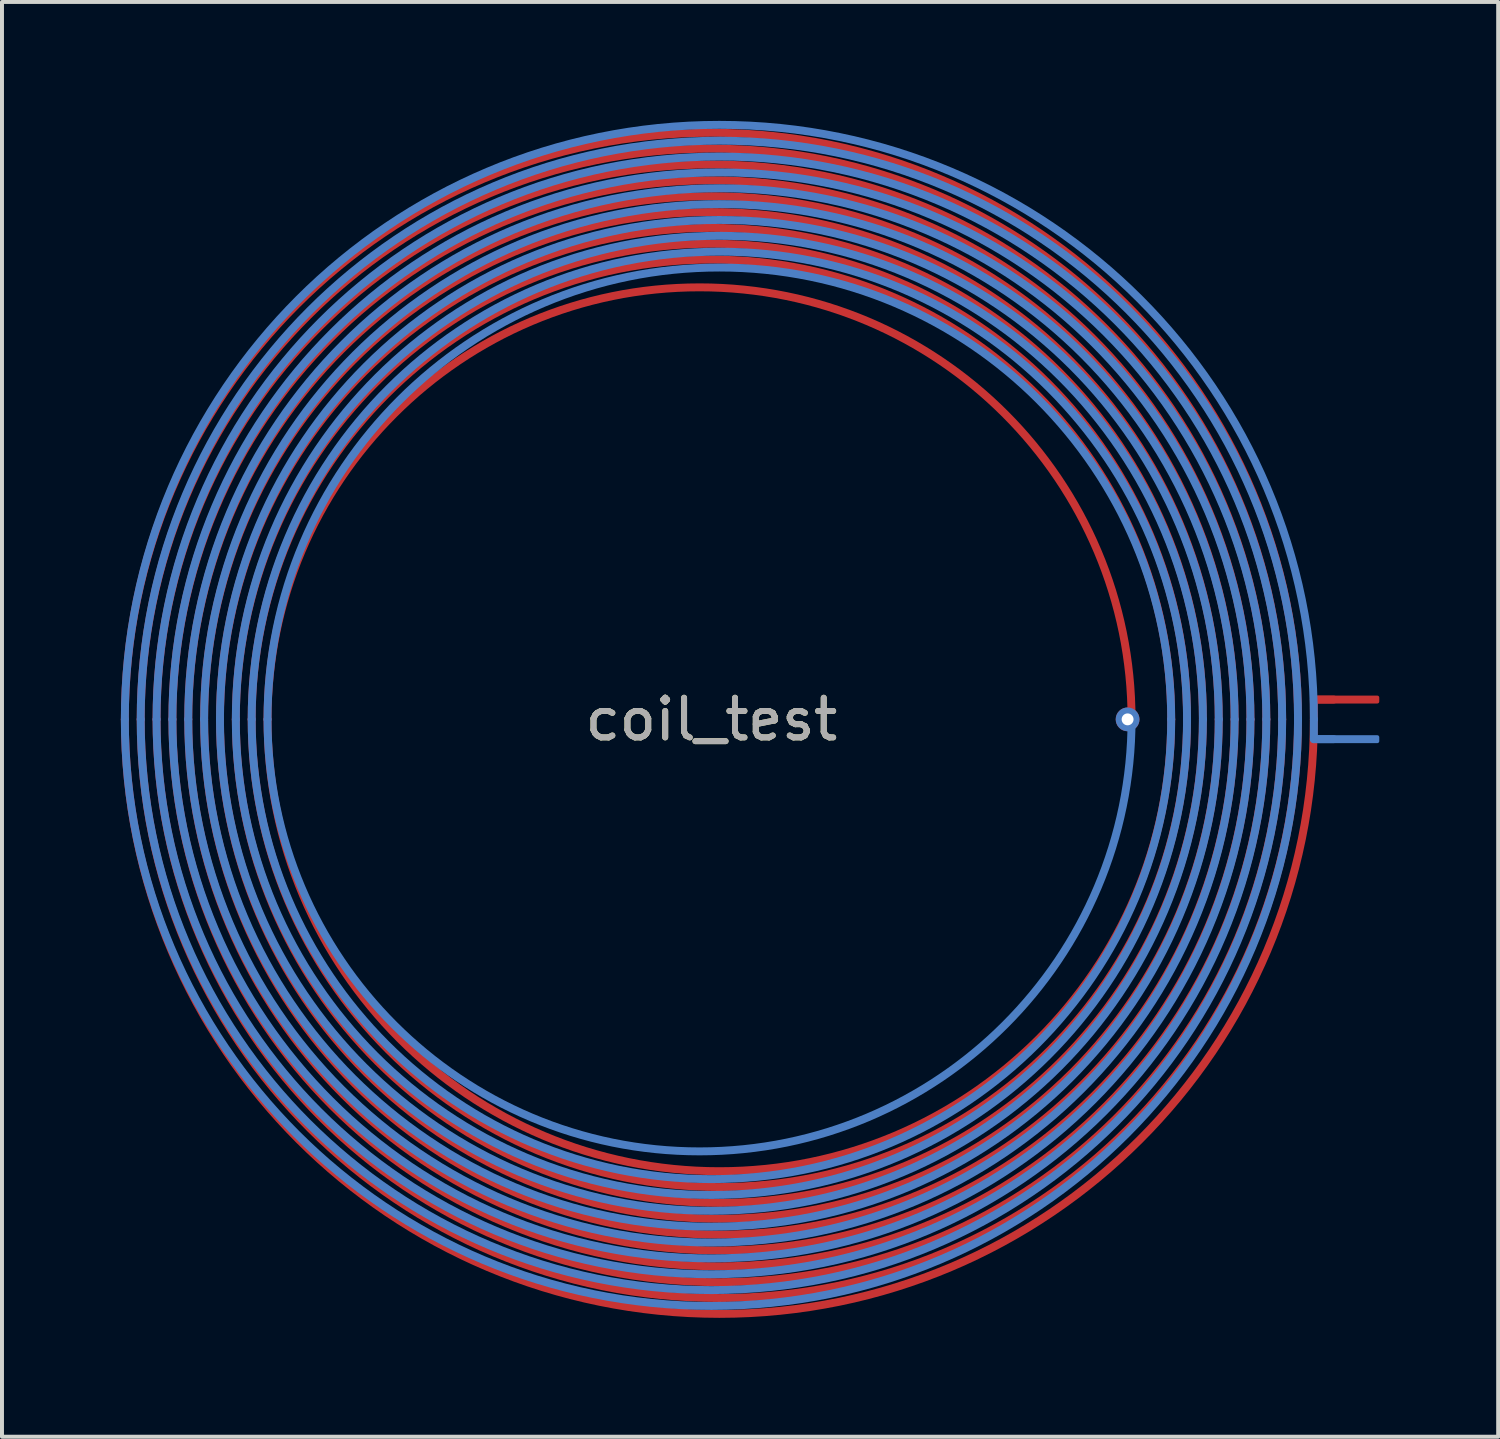
<source format=kicad_pcb>
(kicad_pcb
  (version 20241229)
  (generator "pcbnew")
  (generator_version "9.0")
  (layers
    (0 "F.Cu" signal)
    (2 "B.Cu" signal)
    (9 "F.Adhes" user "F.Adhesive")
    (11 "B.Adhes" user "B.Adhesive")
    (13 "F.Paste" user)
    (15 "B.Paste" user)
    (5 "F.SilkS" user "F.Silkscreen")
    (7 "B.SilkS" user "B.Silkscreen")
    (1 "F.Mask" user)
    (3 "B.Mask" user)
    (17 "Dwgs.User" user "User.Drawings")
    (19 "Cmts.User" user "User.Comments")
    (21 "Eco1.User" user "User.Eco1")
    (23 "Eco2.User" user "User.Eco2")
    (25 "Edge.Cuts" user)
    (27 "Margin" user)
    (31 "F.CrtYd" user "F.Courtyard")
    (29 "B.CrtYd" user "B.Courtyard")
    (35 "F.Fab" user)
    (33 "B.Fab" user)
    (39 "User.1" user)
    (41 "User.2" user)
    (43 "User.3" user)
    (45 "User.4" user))
  (footprint "coil_test"
    (layer "F.Cu")
    (at 14.9 15.1)
    (property "Reference" "coil_test" (at 0 0 0) (unlocked yes) (layer "F.SilkS") (effects (font (size 1 1) (thickness 0.15))))
    (attr smd)
    (fp_line (start 15.2 -0.5) (end 15.7 -0.5) (stroke (width 0.2) (type solid)) (layer "F.Cu"))
    (fp_line (start 15.2 0) (end 15.2 -0.5) (stroke (width 0.2) (type solid)) (layer "F.Cu"))
    (fp_arc (start -14.8 0) (mid 0 -14.8) (end 14.8 0) (stroke (width 0.2) (type solid)) (layer "F.Cu"))
    (fp_arc (start -14.4 0) (mid 0 -14.4) (end 14.4 0) (stroke (width 0.2) (type solid)) (layer "F.Cu"))
    (fp_arc (start -14 0) (mid 0 -14) (end 14 0) (stroke (width 0.2) (type solid)) (layer "F.Cu"))
    (fp_arc (start -13.6 0) (mid 0 -13.6) (end 13.6 0) (stroke (width 0.2) (type solid)) (layer "F.Cu"))
    (fp_arc (start -13.2 0) (mid 0 -13.2) (end 13.2 0) (stroke (width 0.2) (type solid)) (layer "F.Cu"))
    (fp_arc (start -12.8 0) (mid 0 -12.8) (end 12.8 0) (stroke (width 0.2) (type solid)) (layer "F.Cu"))
    (fp_arc (start -12.4 0) (mid 0 -12.4) (end 12.4 0) (stroke (width 0.2) (type solid)) (layer "F.Cu"))
    (fp_arc (start -12 0) (mid 0 -12) (end 12 0) (stroke (width 0.2) (type solid)) (layer "F.Cu"))
    (fp_arc (start -11.6 0) (mid 0 -11.6) (end 11.6 0) (stroke (width 0.2) (type solid)) (layer "F.Cu"))
    (fp_arc (start -11.2 0) (mid -0.6 -10.9) (end 10.6 0) (stroke (width 0.2) (type solid)) (layer "F.Cu"))
    (fp_arc (start 11.6 0) (mid -0.2 11.4) (end -11.2 0) (stroke (width 0.2) (type solid)) (layer "F.Cu"))
    (fp_arc (start 12 0) (mid 0.2 11.8) (end -11.6 0) (stroke (width 0.2) (type solid)) (layer "F.Cu"))
    (fp_arc (start 12.4 0) (mid 0.2 12.2) (end -12 0) (stroke (width 0.2) (type solid)) (layer "F.Cu"))
    (fp_arc (start 12.8 0) (mid 0.2 12.6) (end -12.4 0) (stroke (width 0.2) (type solid)) (layer "F.Cu"))
    (fp_arc (start 13.2 0) (mid 0.2 13) (end -12.8 0) (stroke (width 0.2) (type solid)) (layer "F.Cu"))
    (fp_arc (start 13.6 0) (mid 0.2 13.4) (end -13.2 0) (stroke (width 0.2) (type solid)) (layer "F.Cu"))
    (fp_arc (start 14 0) (mid 0.2 13.8) (end -13.6 0) (stroke (width 0.2) (type solid)) (layer "F.Cu"))
    (fp_arc (start 14.4 0) (mid 0.2 14.2) (end -14 0) (stroke (width 0.2) (type solid)) (layer "F.Cu"))
    (fp_arc (start 14.8 0) (mid 0.2 14.6) (end -14.4 0) (stroke (width 0.2) (type solid)) (layer "F.Cu"))
    (fp_arc (start 15.2 0) (mid 0.2 15) (end -14.8 0) (stroke (width 0.2) (type solid)) (layer "F.Cu"))
    (fp_line (start 15.2 0) (end 15.2 0.5) (stroke (width 0.2) (type solid)) (layer "B.Cu"))
    (fp_line (start 15.2 0.5) (end 15.7 0.5) (stroke (width 0.2) (type solid)) (layer "B.Cu"))
    (fp_arc (start -14.8 0) (mid 0.2 -15) (end 15.2 0) (stroke (width 0.2) (type solid)) (layer "B.Cu"))
    (fp_arc (start -14.4 0) (mid 0.2 -14.6) (end 14.8 0) (stroke (width 0.2) (type solid)) (layer "B.Cu"))
    (fp_arc (start -14 0) (mid 0.2 -14.2) (end 14.4 0) (stroke (width 0.2) (type solid)) (layer "B.Cu"))
    (fp_arc (start -13.6 0) (mid 0.2 -13.8) (end 14 0) (stroke (width 0.2) (type solid)) (layer "B.Cu"))
    (fp_arc (start -13.2 0) (mid 0.2 -13.4) (end 13.6 0) (stroke (width 0.2) (type solid)) (layer "B.Cu"))
    (fp_arc (start -12.8 0) (mid 0.2 -13) (end 13.2 0) (stroke (width 0.2) (type solid)) (layer "B.Cu"))
    (fp_arc (start -12.4 0) (mid 0.2 -12.6) (end 12.8 0) (stroke (width 0.2) (type solid)) (layer "B.Cu"))
    (fp_arc (start -12 0) (mid 0.2 -12.2) (end 12.4 0) (stroke (width 0.2) (type solid)) (layer "B.Cu"))
    (fp_arc (start -11.6 0) (mid 0.2 -11.8) (end 12 0) (stroke (width 0.2) (type solid)) (layer "B.Cu"))
    (fp_arc (start -11.2 0) (mid -0.2 -11.4) (end 11.6 0) (stroke (width 0.2) (type solid)) (layer "B.Cu"))
    (fp_arc (start 10.6 0) (mid -0.6 10.9) (end -11.2 0) (stroke (width 0.2) (type solid)) (layer "B.Cu"))
    (fp_arc (start 11.6 0) (mid 0 11.6) (end -11.6 0) (stroke (width 0.2) (type solid)) (layer "B.Cu"))
    (fp_arc (start 12 0) (mid 0 12) (end -12 0) (stroke (width 0.2) (type solid)) (layer "B.Cu"))
    (fp_arc (start 12.4 0) (mid 0 12.4) (end -12.4 0) (stroke (width 0.2) (type solid)) (layer "B.Cu"))
    (fp_arc (start 12.8 0) (mid 0 12.8) (end -12.8 0) (stroke (width 0.2) (type solid)) (layer "B.Cu"))
    (fp_arc (start 13.2 0) (mid 0 13.2) (end -13.2 0) (stroke (width 0.2) (type solid)) (layer "B.Cu"))
    (fp_arc (start 13.6 0) (mid 0 13.6) (end -13.6 0) (stroke (width 0.2) (type solid)) (layer "B.Cu"))
    (fp_arc (start 14 0) (mid 0 14) (end -14 0) (stroke (width 0.2) (type solid)) (layer "B.Cu"))
    (fp_arc (start 14.4 0) (mid 0 14.4) (end -14.4 0) (stroke (width 0.2) (type solid)) (layer "B.Cu"))
    (fp_arc (start 14.8 0) (mid 0 14.8) (end -14.8 0) (stroke (width 0.2) (type solid)) (layer "B.Cu"))
    (fp_text user "${REFERENCE}" (at 0 0 0) (unlocked yes) (layer "F.Fab") (effects (font (size 1 1) (thickness 0.15))))
    (pad "" thru_hole circle (at 10.5 0) (size 0.6 0.6) (drill 0.3) (layers "*.Cu" "*.Mask"))
    (pad "1" smd roundrect (at 16.05 -0.5) (size 1.6 0.2) (layers "F.Cu") (roundrect_rratio 0.25))
    (pad "2" smd roundrect (at 16.05 0.5) (size 1.6 0.2) (layers "B.Cu") (roundrect_rratio 0.25)))
  (gr_rect
    (start -3 -3)
    (end 34.75 33.2)
    (stroke (width 0.1) (type default))
    (fill no)
    (layer "Edge.Cuts")))
</source>
